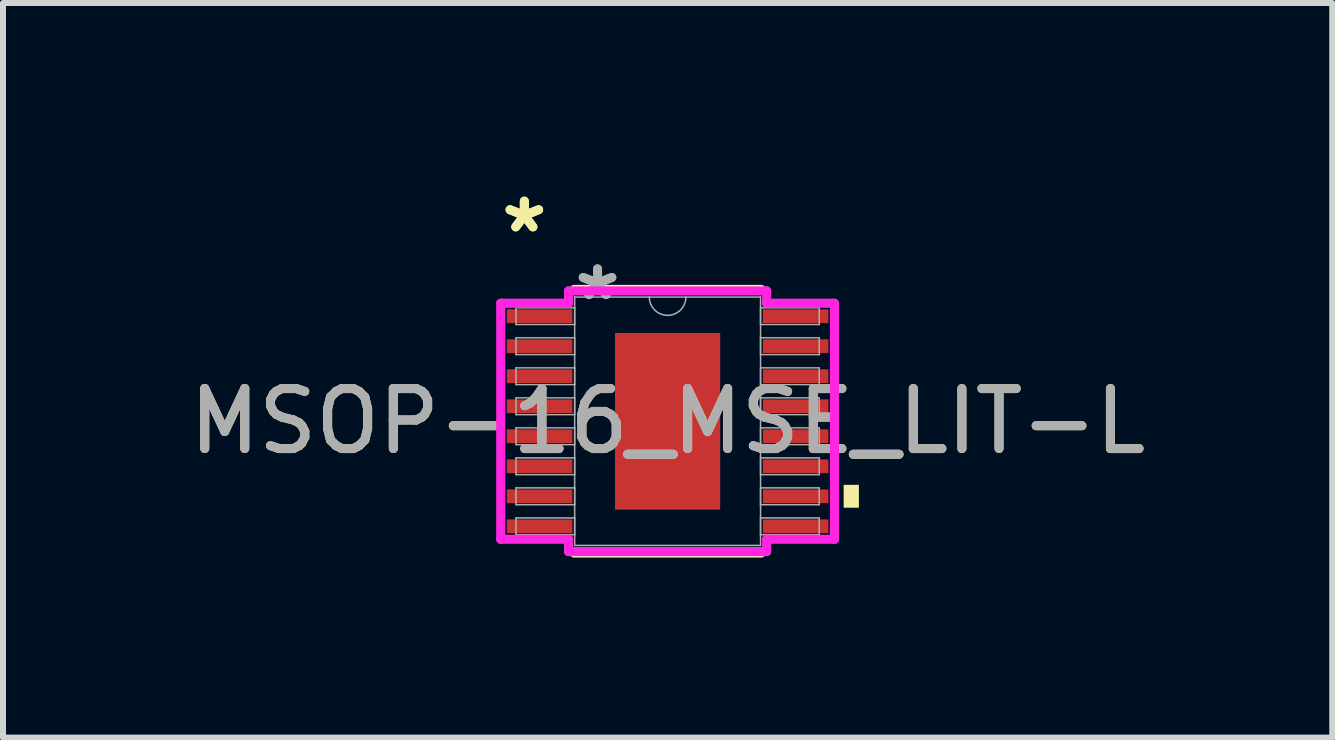
<source format=kicad_pcb>
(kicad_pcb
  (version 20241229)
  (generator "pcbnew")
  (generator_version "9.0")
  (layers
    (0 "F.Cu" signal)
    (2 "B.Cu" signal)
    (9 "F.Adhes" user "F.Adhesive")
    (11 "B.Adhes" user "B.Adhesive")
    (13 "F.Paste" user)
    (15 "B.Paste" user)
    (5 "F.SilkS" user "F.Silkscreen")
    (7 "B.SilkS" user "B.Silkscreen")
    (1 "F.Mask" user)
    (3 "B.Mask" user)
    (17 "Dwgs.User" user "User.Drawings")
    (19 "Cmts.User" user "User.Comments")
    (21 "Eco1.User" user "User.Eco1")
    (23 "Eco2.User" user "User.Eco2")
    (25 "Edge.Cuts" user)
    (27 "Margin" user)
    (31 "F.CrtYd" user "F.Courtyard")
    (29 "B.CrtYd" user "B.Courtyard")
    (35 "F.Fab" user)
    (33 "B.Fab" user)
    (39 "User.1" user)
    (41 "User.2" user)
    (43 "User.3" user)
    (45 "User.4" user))
  (footprint "MSOP-16_MSE_LIT-L"
    (layer "F.Cu")
    (at 8.077 3.971)
    (property "Reference" "MSOP-16_MSE_LIT-L" (at 0 0 0) (unlocked yes) (layer "F.SilkS") (effects (font (size 1 1) (thickness 0.15))))
    (attr smd)
    (fp_line (start -1.558 2.197) (end 1.558 2.197) (stroke (width 0.152) (type solid)) (layer "F.SilkS"))
    (fp_line (start 1.558 -2.197) (end -1.558 -2.197) (stroke (width 0.152) (type solid)) (layer "F.SilkS"))
    (fp_poly (pts (xy 3.188 1.06) (xy 3.188 1.441) (xy 2.934 1.441) (xy 2.934 1.06)) (stroke (width 0) (type solid)) (fill yes) (layer "F.SilkS"))
    (fp_poly (pts (xy -0.776 -1.373) (xy -0.776 -0.1) (xy 0.776 -0.1) (xy 0.776 -1.373)) (stroke (width 0) (type solid)) (fill yes) (layer "F.Paste"))
    (fp_poly (pts (xy -0.776 0.1) (xy -0.776 1.373) (xy 0.776 1.373) (xy 0.776 0.1)) (stroke (width 0) (type solid)) (fill yes) (layer "F.Paste"))
    (fp_line (start -2.781 -1.967) (end -1.651 -1.967) (stroke (width 0.152) (type solid)) (layer "F.CrtYd"))
    (fp_line (start -2.781 1.967) (end -2.781 -1.967) (stroke (width 0.152) (type solid)) (layer "F.CrtYd"))
    (fp_line (start -2.781 1.967) (end -1.651 1.967) (stroke (width 0.152) (type solid)) (layer "F.CrtYd"))
    (fp_line (start -1.651 -2.172) (end 1.651 -2.172) (stroke (width 0.152) (type solid)) (layer "F.CrtYd"))
    (fp_line (start -1.651 -1.967) (end -1.651 -2.172) (stroke (width 0.152) (type solid)) (layer "F.CrtYd"))
    (fp_line (start -1.651 2.172) (end -1.651 1.967) (stroke (width 0.152) (type solid)) (layer "F.CrtYd"))
    (fp_line (start 1.651 -2.172) (end 1.651 -1.967) (stroke (width 0.152) (type solid)) (layer "F.CrtYd"))
    (fp_line (start 1.651 1.967) (end 1.651 2.172) (stroke (width 0.152) (type solid)) (layer "F.CrtYd"))
    (fp_line (start 1.651 2.172) (end -1.651 2.172) (stroke (width 0.152) (type solid)) (layer "F.CrtYd"))
    (fp_line (start 2.781 -1.967) (end 1.651 -1.967) (stroke (width 0.152) (type solid)) (layer "F.CrtYd"))
    (fp_line (start 2.781 -1.967) (end 2.781 1.967) (stroke (width 0.152) (type solid)) (layer "F.CrtYd"))
    (fp_line (start 2.781 1.967) (end 1.651 1.967) (stroke (width 0.152) (type solid)) (layer "F.CrtYd"))
    (fp_line (start -2.527 -1.891) (end -2.527 -1.612) (stroke (width 0.025) (type solid)) (layer "F.Fab"))
    (fp_line (start -2.527 -1.612) (end -1.549 -1.612) (stroke (width 0.025) (type solid)) (layer "F.Fab"))
    (fp_line (start -2.527 -1.391) (end -2.527 -1.111) (stroke (width 0.025) (type solid)) (layer "F.Fab"))
    (fp_line (start -2.527 -1.111) (end -1.549 -1.111) (stroke (width 0.025) (type solid)) (layer "F.Fab"))
    (fp_line (start -2.527 -0.89) (end -2.527 -0.611) (stroke (width 0.025) (type solid)) (layer "F.Fab"))
    (fp_line (start -2.527 -0.611) (end -1.549 -0.611) (stroke (width 0.025) (type solid)) (layer "F.Fab"))
    (fp_line (start -2.527 -0.39) (end -2.527 -0.11) (stroke (width 0.025) (type solid)) (layer "F.Fab"))
    (fp_line (start -2.527 -0.11) (end -1.549 -0.11) (stroke (width 0.025) (type solid)) (layer "F.Fab"))
    (fp_line (start -2.527 0.11) (end -2.527 0.39) (stroke (width 0.025) (type solid)) (layer "F.Fab"))
    (fp_line (start -2.527 0.39) (end -1.549 0.39) (stroke (width 0.025) (type solid)) (layer "F.Fab"))
    (fp_line (start -2.527 0.611) (end -2.527 0.89) (stroke (width 0.025) (type solid)) (layer "F.Fab"))
    (fp_line (start -2.527 0.89) (end -1.549 0.89) (stroke (width 0.025) (type solid)) (layer "F.Fab"))
    (fp_line (start -2.527 1.111) (end -2.527 1.391) (stroke (width 0.025) (type solid)) (layer "F.Fab"))
    (fp_line (start -2.527 1.391) (end -1.549 1.391) (stroke (width 0.025) (type solid)) (layer "F.Fab"))
    (fp_line (start -2.527 1.612) (end -2.527 1.891) (stroke (width 0.025) (type solid)) (layer "F.Fab"))
    (fp_line (start -2.527 1.891) (end -1.549 1.891) (stroke (width 0.025) (type solid)) (layer "F.Fab"))
    (fp_line (start -1.549 -2.07) (end -1.549 2.07) (stroke (width 0.025) (type solid)) (layer "F.Fab"))
    (fp_line (start -1.549 -1.891) (end -2.527 -1.891) (stroke (width 0.025) (type solid)) (layer "F.Fab"))
    (fp_line (start -1.549 -1.612) (end -1.549 -1.891) (stroke (width 0.025) (type solid)) (layer "F.Fab"))
    (fp_line (start -1.549 -1.391) (end -2.527 -1.391) (stroke (width 0.025) (type solid)) (layer "F.Fab"))
    (fp_line (start -1.549 -1.111) (end -1.549 -1.391) (stroke (width 0.025) (type solid)) (layer "F.Fab"))
    (fp_line (start -1.549 -0.89) (end -2.527 -0.89) (stroke (width 0.025) (type solid)) (layer "F.Fab"))
    (fp_line (start -1.549 -0.611) (end -1.549 -0.89) (stroke (width 0.025) (type solid)) (layer "F.Fab"))
    (fp_line (start -1.549 -0.39) (end -2.527 -0.39) (stroke (width 0.025) (type solid)) (layer "F.Fab"))
    (fp_line (start -1.549 -0.11) (end -1.549 -0.39) (stroke (width 0.025) (type solid)) (layer "F.Fab"))
    (fp_line (start -1.549 0.11) (end -2.527 0.11) (stroke (width 0.025) (type solid)) (layer "F.Fab"))
    (fp_line (start -1.549 0.39) (end -1.549 0.11) (stroke (width 0.025) (type solid)) (layer "F.Fab"))
    (fp_line (start -1.549 0.611) (end -2.527 0.611) (stroke (width 0.025) (type solid)) (layer "F.Fab"))
    (fp_line (start -1.549 0.89) (end -1.549 0.611) (stroke (width 0.025) (type solid)) (layer "F.Fab"))
    (fp_line (start -1.549 1.111) (end -2.527 1.111) (stroke (width 0.025) (type solid)) (layer "F.Fab"))
    (fp_line (start -1.549 1.391) (end -1.549 1.111) (stroke (width 0.025) (type solid)) (layer "F.Fab"))
    (fp_line (start -1.549 1.612) (end -2.527 1.612) (stroke (width 0.025) (type solid)) (layer "F.Fab"))
    (fp_line (start -1.549 1.891) (end -1.549 1.612) (stroke (width 0.025) (type solid)) (layer "F.Fab"))
    (fp_line (start -1.549 2.07) (end 1.549 2.07) (stroke (width 0.025) (type solid)) (layer "F.Fab"))
    (fp_line (start 1.549 -2.07) (end -1.549 -2.07) (stroke (width 0.025) (type solid)) (layer "F.Fab"))
    (fp_line (start 1.549 -1.891) (end 1.549 -1.612) (stroke (width 0.025) (type solid)) (layer "F.Fab"))
    (fp_line (start 1.549 -1.612) (end 2.527 -1.612) (stroke (width 0.025) (type solid)) (layer "F.Fab"))
    (fp_line (start 1.549 -1.391) (end 1.549 -1.111) (stroke (width 0.025) (type solid)) (layer "F.Fab"))
    (fp_line (start 1.549 -1.111) (end 2.527 -1.111) (stroke (width 0.025) (type solid)) (layer "F.Fab"))
    (fp_line (start 1.549 -0.89) (end 1.549 -0.611) (stroke (width 0.025) (type solid)) (layer "F.Fab"))
    (fp_line (start 1.549 -0.611) (end 2.527 -0.611) (stroke (width 0.025) (type solid)) (layer "F.Fab"))
    (fp_line (start 1.549 -0.39) (end 1.549 -0.11) (stroke (width 0.025) (type solid)) (layer "F.Fab"))
    (fp_line (start 1.549 -0.11) (end 2.527 -0.11) (stroke (width 0.025) (type solid)) (layer "F.Fab"))
    (fp_line (start 1.549 0.11) (end 1.549 0.39) (stroke (width 0.025) (type solid)) (layer "F.Fab"))
    (fp_line (start 1.549 0.39) (end 2.527 0.39) (stroke (width 0.025) (type solid)) (layer "F.Fab"))
    (fp_line (start 1.549 0.611) (end 1.549 0.89) (stroke (width 0.025) (type solid)) (layer "F.Fab"))
    (fp_line (start 1.549 0.89) (end 2.527 0.89) (stroke (width 0.025) (type solid)) (layer "F.Fab"))
    (fp_line (start 1.549 1.111) (end 1.549 1.391) (stroke (width 0.025) (type solid)) (layer "F.Fab"))
    (fp_line (start 1.549 1.391) (end 2.527 1.391) (stroke (width 0.025) (type solid)) (layer "F.Fab"))
    (fp_line (start 1.549 1.612) (end 1.549 1.891) (stroke (width 0.025) (type solid)) (layer "F.Fab"))
    (fp_line (start 1.549 1.891) (end 2.527 1.891) (stroke (width 0.025) (type solid)) (layer "F.Fab"))
    (fp_line (start 1.549 2.07) (end 1.549 -2.07) (stroke (width 0.025) (type solid)) (layer "F.Fab"))
    (fp_line (start 2.527 -1.891) (end 1.549 -1.891) (stroke (width 0.025) (type solid)) (layer "F.Fab"))
    (fp_line (start 2.527 -1.612) (end 2.527 -1.891) (stroke (width 0.025) (type solid)) (layer "F.Fab"))
    (fp_line (start 2.527 -1.391) (end 1.549 -1.391) (stroke (width 0.025) (type solid)) (layer "F.Fab"))
    (fp_line (start 2.527 -1.111) (end 2.527 -1.391) (stroke (width 0.025) (type solid)) (layer "F.Fab"))
    (fp_line (start 2.527 -0.89) (end 1.549 -0.89) (stroke (width 0.025) (type solid)) (layer "F.Fab"))
    (fp_line (start 2.527 -0.611) (end 2.527 -0.89) (stroke (width 0.025) (type solid)) (layer "F.Fab"))
    (fp_line (start 2.527 -0.39) (end 1.549 -0.39) (stroke (width 0.025) (type solid)) (layer "F.Fab"))
    (fp_line (start 2.527 -0.11) (end 2.527 -0.39) (stroke (width 0.025) (type solid)) (layer "F.Fab"))
    (fp_line (start 2.527 0.11) (end 1.549 0.11) (stroke (width 0.025) (type solid)) (layer "F.Fab"))
    (fp_line (start 2.527 0.39) (end 2.527 0.11) (stroke (width 0.025) (type solid)) (layer "F.Fab"))
    (fp_line (start 2.527 0.611) (end 1.549 0.611) (stroke (width 0.025) (type solid)) (layer "F.Fab"))
    (fp_line (start 2.527 0.89) (end 2.527 0.611) (stroke (width 0.025) (type solid)) (layer "F.Fab"))
    (fp_line (start 2.527 1.111) (end 1.549 1.111) (stroke (width 0.025) (type solid)) (layer "F.Fab"))
    (fp_line (start 2.527 1.391) (end 2.527 1.111) (stroke (width 0.025) (type solid)) (layer "F.Fab"))
    (fp_line (start 2.527 1.612) (end 1.549 1.612) (stroke (width 0.025) (type solid)) (layer "F.Fab"))
    (fp_line (start 2.527 1.891) (end 2.527 1.612) (stroke (width 0.025) (type solid)) (layer "F.Fab"))
    (fp_arc (start 0.3048 -2.0701) (mid 0 -1.7653) (end -0.3048 -2.0701) (stroke (width 0.0254) (type solid)) (layer "F.Fab"))
    (fp_text user "*" (at -2.388 -3.123 0) (layer "F.SilkS") (effects (font (size 1 1) (thickness 0.15))))
    (fp_text user "*" (at -2.388 -3.123 0) (unlocked yes) (layer "F.SilkS") (effects (font (size 1 1) (thickness 0.15))))
    (fp_text user "*" (at -1.168 -1.994 0) (unlocked yes) (layer "F.Fab") (effects (font (size 1 1) (thickness 0.15))))
    (fp_text user "${REFERENCE}" (at 0 0 0) (unlocked yes) (layer "F.Fab") (effects (font (size 1 1) (thickness 0.15))))
    (fp_text user "*" (at -1.168 -1.994 0) (layer "F.Fab") (effects (font (size 1 1) (thickness 0.15))))
    (pad "1" smd rect (at -2.134 -1.751) (size 1.092 0.229) (layers "F.Cu" "F.Mask" "F.Paste"))
    (pad "2" smd rect (at -2.134 -1.251) (size 1.092 0.229) (layers "F.Cu" "F.Mask" "F.Paste"))
    (pad "3" smd rect (at -2.134 -0.751) (size 1.092 0.229) (layers "F.Cu" "F.Mask" "F.Paste"))
    (pad "4" smd rect (at -2.134 -0.25) (size 1.092 0.229) (layers "F.Cu" "F.Mask" "F.Paste"))
    (pad "5" smd rect (at -2.134 0.25) (size 1.092 0.229) (layers "F.Cu" "F.Mask" "F.Paste"))
    (pad "6" smd rect (at -2.134 0.751) (size 1.092 0.229) (layers "F.Cu" "F.Mask" "F.Paste"))
    (pad "7" smd rect (at -2.134 1.251) (size 1.092 0.229) (layers "F.Cu" "F.Mask" "F.Paste"))
    (pad "8" smd rect (at -2.134 1.751) (size 1.092 0.229) (layers "F.Cu" "F.Mask" "F.Paste"))
    (pad "9" smd rect (at 2.134 1.751) (size 1.092 0.229) (layers "F.Cu" "F.Mask" "F.Paste"))
    (pad "10" smd rect (at 2.134 1.251) (size 1.092 0.229) (layers "F.Cu" "F.Mask" "F.Paste"))
    (pad "11" smd rect (at 2.134 0.751) (size 1.092 0.229) (layers "F.Cu" "F.Mask" "F.Paste"))
    (pad "12" smd rect (at 2.134 0.25) (size 1.092 0.229) (layers "F.Cu" "F.Mask" "F.Paste"))
    (pad "13" smd rect (at 2.134 -0.25) (size 1.092 0.229) (layers "F.Cu" "F.Mask" "F.Paste"))
    (pad "14" smd rect (at 2.134 -0.751) (size 1.092 0.229) (layers "F.Cu" "F.Mask" "F.Paste"))
    (pad "15" smd rect (at 2.134 -1.251) (size 1.092 0.229) (layers "F.Cu" "F.Mask" "F.Paste"))
    (pad "16" smd rect (at 2.134 -1.751) (size 1.092 0.229) (layers "F.Cu" "F.Mask" "F.Paste"))
    (pad "EPAD" smd rect (at 0 0) (size 1.753 2.946) (layers "F.Cu" "F.Mask")))
  (gr_rect
    (start -3 -3)
    (end 19.155 9.244)
    (stroke (width 0.1) (type default))
    (fill no)
    (layer "Edge.Cuts")))
</source>
